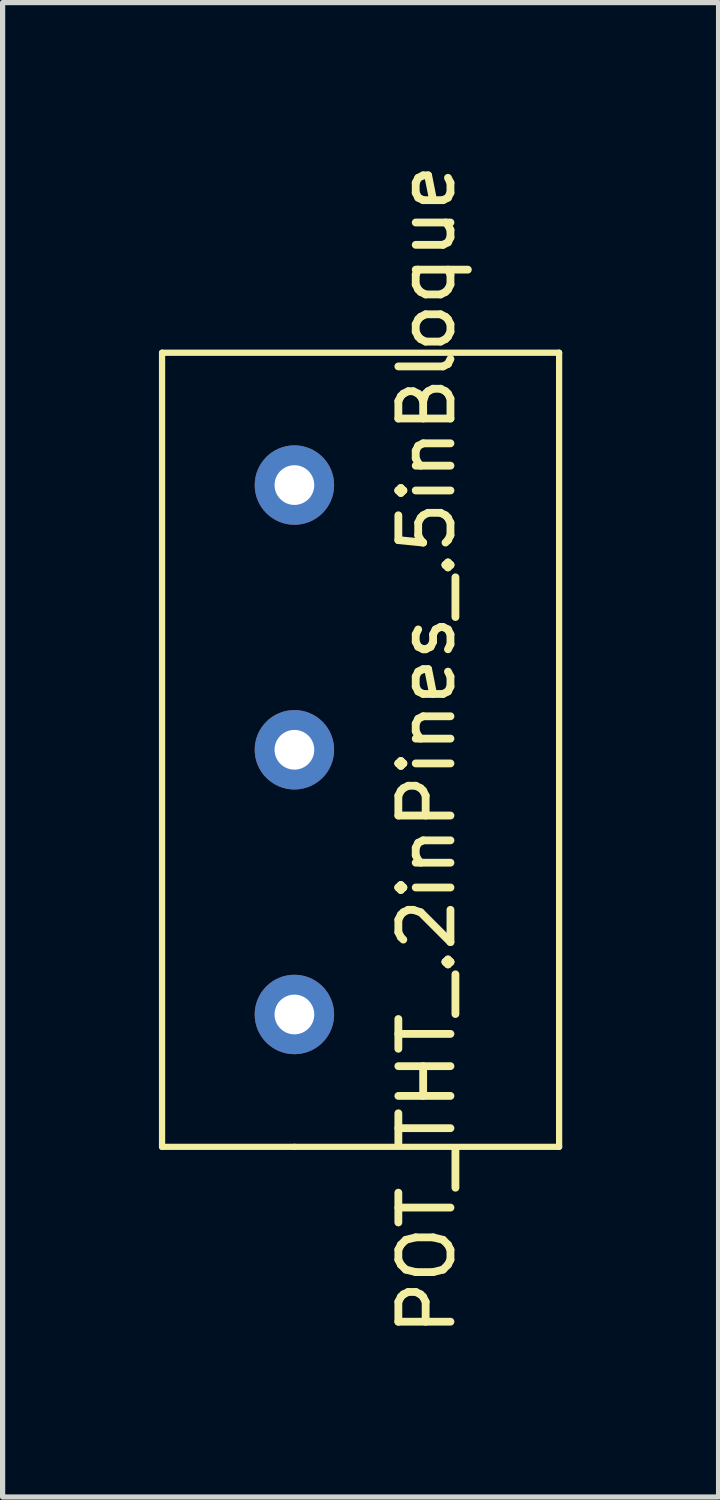
<source format=kicad_pcb>
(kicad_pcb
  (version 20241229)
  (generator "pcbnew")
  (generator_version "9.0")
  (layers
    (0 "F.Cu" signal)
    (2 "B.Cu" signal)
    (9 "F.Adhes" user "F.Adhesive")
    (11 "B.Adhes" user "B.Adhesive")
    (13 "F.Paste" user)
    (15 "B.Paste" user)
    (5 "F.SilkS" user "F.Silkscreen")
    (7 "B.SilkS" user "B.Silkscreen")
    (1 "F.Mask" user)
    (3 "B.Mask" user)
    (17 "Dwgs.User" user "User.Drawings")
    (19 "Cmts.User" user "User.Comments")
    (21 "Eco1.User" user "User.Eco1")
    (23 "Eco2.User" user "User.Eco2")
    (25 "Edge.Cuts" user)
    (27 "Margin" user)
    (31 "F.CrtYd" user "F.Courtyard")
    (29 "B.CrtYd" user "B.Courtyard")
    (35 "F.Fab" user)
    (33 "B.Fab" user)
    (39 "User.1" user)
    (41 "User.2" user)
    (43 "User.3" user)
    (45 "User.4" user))
  (footprint "POT_THT_.2inPines_.5inBloque"
    (layer "F.Cu")
    (at 2.6 13.879)
    (property "Reference" "POT_THT_.2inPines_.5inBloque" (at 2.54 -2.54 90) (layer "F.SilkS") (effects (font (size 1 1) (thickness 0.15))))
    (attr through_hole)
    (fp_line (start -2.54 -10.16) (end 5.08 -10.16) (stroke (width 0.12) (type solid)) (layer "F.SilkS"))
    (fp_line (start -2.54 5.08) (end -2.54 -10.16) (stroke (width 0.12) (type solid)) (layer "F.SilkS"))
    (fp_line (start 0 5.08) (end -2.54 5.08) (stroke (width 0.12) (type solid)) (layer "F.SilkS"))
    (fp_line (start 5.08 -10.16) (end 5.08 5.08) (stroke (width 0.12) (type solid)) (layer "F.SilkS"))
    (fp_line (start 5.08 5.08) (end 0 5.08) (stroke (width 0.12) (type solid)) (layer "F.SilkS"))
    (pad "1" thru_hole circle (at 0 -7.62 90) (size 1.524 1.524) (drill 0.762) (layers "*.Cu" "*.Mask"))
    (pad "2" thru_hole circle (at 0 -2.54) (size 1.524 1.524) (drill 0.762) (layers "*.Cu" "*.Mask"))
    (pad "3" thru_hole circle (at 0 2.54) (size 1.524 1.524) (drill 0.762) (layers "*.Cu" "*.Mask")))
  (gr_rect
    (start -3 -3)
    (end 10.74 25.679)
    (stroke (width 0.1) (type default))
    (fill no)
    (layer "Edge.Cuts")))
</source>
